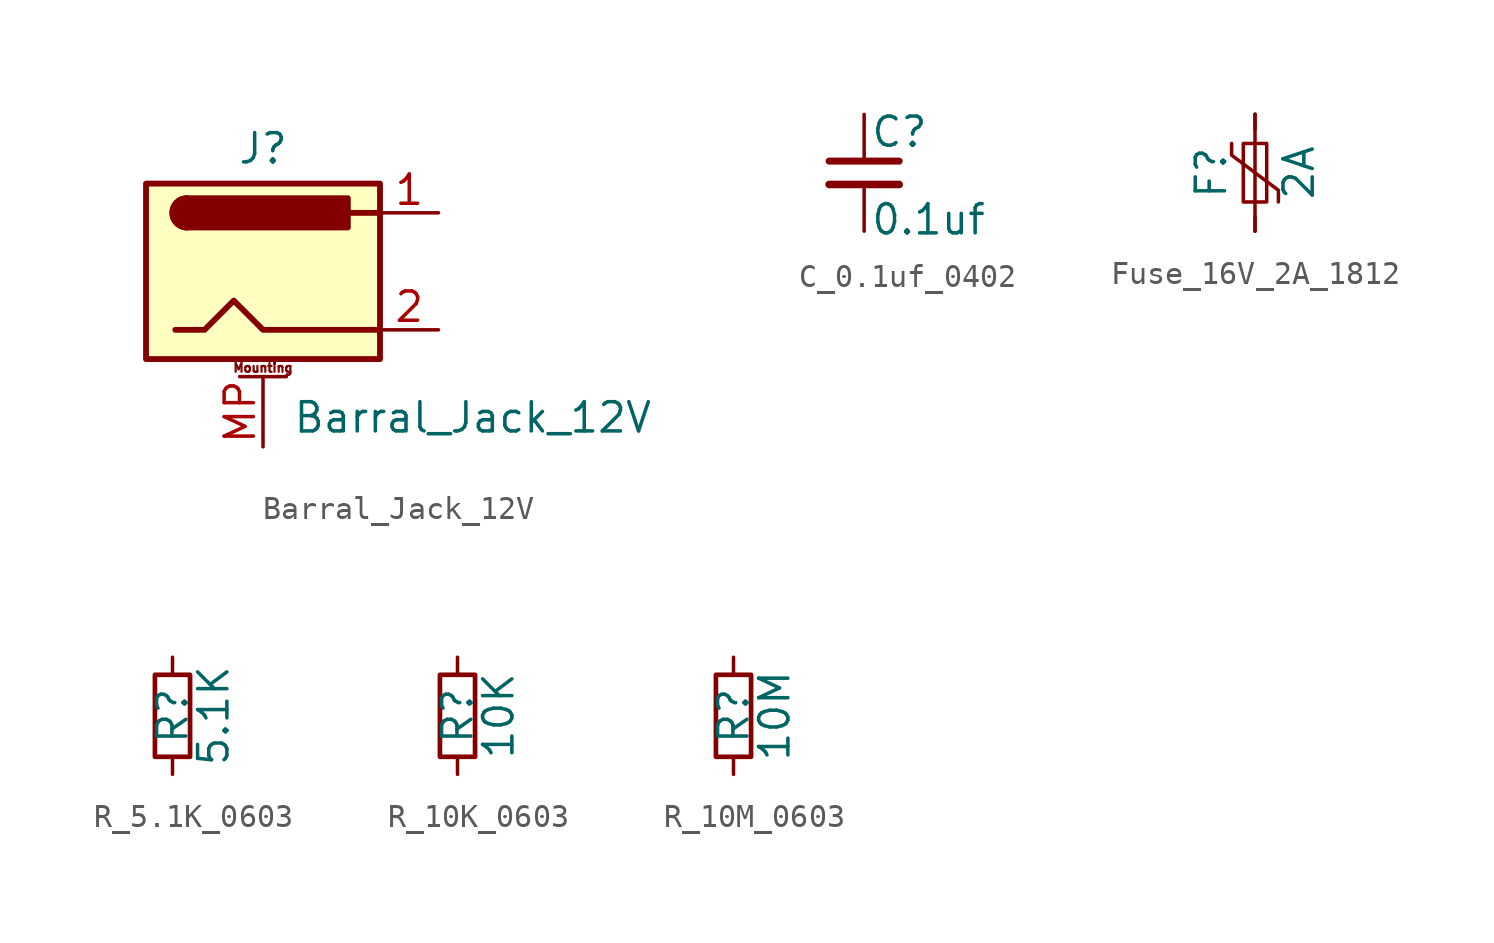
<source format=kicad_sym>
(kicad_symbol_lib
  (version 20241209)
  (generator "kicad_symbol_editor")
  (generator_version "9.0")
  (symbol "Barral_Jack_12V"
    (pin_names
      (hide yes))
    (property "Reference" "J"
      (at 0 5.334 0)
      (effects (font (size 1.27 1.27))))
    (property "Value" "Barral_Jack_12V"
      (at 1.27 -6.35 0)
      (effects (font (size 1.27 1.27)) (justify left)))
    (symbol "Barral_Jack_12V_0_1"
      (rectangle (start -5.08 3.81) (end 5.08 -3.81) (stroke (width 0.254) (type default)) (fill (type background)))
      (polyline (pts (xy -3.81 -2.54) (xy -2.54 -2.54) (xy -1.27 -1.27) (xy 0 -2.54) (xy 2.54 -2.54) (xy 5.08 -2.54)) (stroke (width 0.254) (type default)) (fill (type none)))
      (arc (start -3.302 1.905) (mid -3.9343 2.54) (end -3.302 3.175) (stroke (width 0.254) (type default)) (fill (type none)))
      (arc (start -3.302 1.905) (mid -3.9343 2.54) (end -3.302 3.175) (stroke (width 0.254) (type default)) (fill (type outline)))
      (rectangle (start 3.683 3.175) (end -3.302 1.905) (stroke (width 0.254) (type default)) (fill (type outline)))
      (polyline (pts (xy 5.08 2.54) (xy 3.81 2.54)) (stroke (width 0.254) (type default)) (fill (type none))))
    (symbol "Barral_Jack_12V_1_1"
      (polyline (pts (xy -1.016 -4.572) (xy 1.016 -4.572)) (stroke (width 0.152) (type default)) (fill (type none)))
      (text "Mounting" (at 0 -4.191 0) (effects (font (size 0.381 0.381))))
      (pin passive line (at 0 -7.62 90) (length 3.048) (name "MountPin" (effects (font (size 1.27 1.27)))) (number "MP" (effects (font (size 1.27 1.27)))))
      (pin passive line (at 7.62 2.54 180) (length 2.54) (name "~" (effects (font (size 1.27 1.27)))) (number "1" (effects (font (size 1.27 1.27)))))
      (pin passive line (at 7.62 -2.54 180) (length 2.54) (name "~" (effects (font (size 1.27 1.27)))) (number "2" (effects (font (size 1.27 1.27)))))))
  (symbol "C_0.1uf_0402"
    (pin_numbers
      (hide yes))
    (pin_names
      (offset 0.254)
      (hide yes))
    (property "Reference" "C"
      (at 0.254 1.778 0)
      (effects (font (size 1.27 1.27)) (justify left)))
    (property "Value" "0.1uf"
      (at 0.254 -2.032 0)
      (effects (font (size 1.27 1.27)) (justify left)))
    (symbol "C_0.1uf_0402_0_1"
      (polyline (pts (xy -1.524 0.508) (xy 1.524 0.508)) (stroke (width 0.305) (type default)) (fill (type none)))
      (polyline (pts (xy -1.524 -0.508) (xy 1.524 -0.508)) (stroke (width 0.33) (type default)) (fill (type none))))
    (symbol "C_0.1uf_0402_1_1"
      (pin passive line (at 0 2.54 270) (length 2.032) (name "~" (effects (font (size 1.27 1.27)))) (number "1" (effects (font (size 1.27 1.27)))))
      (pin passive line (at 0 -2.54 90) (length 2.032) (name "~" (effects (font (size 1.27 1.27)))) (number "2" (effects (font (size 1.27 1.27)))))))
  (symbol "Fuse_16V_2A_1812"
    (pin_numbers
      (hide yes))
    (pin_names
      (offset 0))
    (property "Reference" "F"
      (at -1.905 0 90)
      (effects (font (size 1.27 1.27))))
    (property "Value" "2A"
      (at 1.905 0 90)
      (effects (font (size 1.27 1.27))))
    (symbol "Fuse_16V_2A_1812_0_1"
      (polyline (pts (xy -1.016 1.27) (xy -1.016 0.762) (xy 1.016 -0.762) (xy 1.016 -1.27)) (stroke (width 0) (type default)) (fill (type none)))
      (rectangle (start -0.508 1.27) (end 0.508 -1.27) (stroke (width 0) (type default)) (fill (type none)))
      (polyline (pts (xy 0 2.54) (xy 0 -2.54)) (stroke (width 0) (type default)) (fill (type none))))
    (symbol "Fuse_16V_2A_1812_1_1"
      (pin passive line (at 0 2.54 270) (length 0.635) (name "~" (effects (font (size 1.27 1.27)))) (number "1" (effects (font (size 1.27 1.27)))))
      (pin passive line (at 0 -2.54 90) (length 0.635) (name "~" (effects (font (size 1.27 1.27)))) (number "2" (effects (font (size 1.27 1.27)))))))
  (symbol "R_5.1K_0603"
    (pin_numbers
      (hide yes))
    (pin_names
      (offset 0.254)
      (hide yes))
    (property "Reference" "R"
      (at 0 0 90)
      (effects (font (size 1.27 1.27))))
    (property "Value" "5.1K"
      (at 1.778 0 90)
      (effects (font (size 1.27 1.27))))
    (symbol "R_5.1K_0603_0_1"
      (rectangle (start -0.762 1.778) (end 0.762 -1.778) (stroke (width 0.203) (type default)) (fill (type none))))
    (symbol "R_5.1K_0603_1_1"
      (pin passive line (at 0 2.54 270) (length 0.762) (name "~" (effects (font (size 1.27 1.27)))) (number "1" (effects (font (size 1.27 1.27)))))
      (pin passive line (at 0 -2.54 90) (length 0.762) (name "~" (effects (font (size 1.27 1.27)))) (number "2" (effects (font (size 1.27 1.27)))))))
  (symbol "R_10K_0603"
    (pin_numbers
      (hide yes))
    (pin_names
      (offset 0.254)
      (hide yes))
    (property "Reference" "R"
      (at 0 0 90)
      (effects (font (size 1.27 1.27))))
    (property "Value" "10K"
      (at 1.778 0 90)
      (effects (font (size 1.27 1.27))))
    (symbol "R_10K_0603_0_1"
      (rectangle (start -0.762 1.778) (end 0.762 -1.778) (stroke (width 0.203) (type default)) (fill (type none))))
    (symbol "R_10K_0603_1_1"
      (pin passive line (at 0 2.54 270) (length 0.762) (name "~" (effects (font (size 1.27 1.27)))) (number "1" (effects (font (size 1.27 1.27)))))
      (pin passive line (at 0 -2.54 90) (length 0.762) (name "~" (effects (font (size 1.27 1.27)))) (number "2" (effects (font (size 1.27 1.27)))))))
  (symbol "R_10M_0603"
    (pin_numbers
      (hide yes))
    (pin_names
      (offset 0.254)
      (hide yes))
    (property "Reference" "R"
      (at 0 0 90)
      (effects (font (size 1.27 1.27))))
    (property "Value" "10M"
      (at 1.778 0 90)
      (effects (font (size 1.27 1.27))))
    (symbol "R_10M_0603_0_1"
      (rectangle (start -0.762 1.778) (end 0.762 -1.778) (stroke (width 0.203) (type default)) (fill (type none))))
    (symbol "R_10M_0603_1_1"
      (pin passive line (at 0 2.54 270) (length 0.762) (name "~" (effects (font (size 1.27 1.27)))) (number "1" (effects (font (size 1.27 1.27)))))
      (pin passive line (at 0 -2.54 90) (length 0.762) (name "~" (effects (font (size 1.27 1.27)))) (number "2" (effects (font (size 1.27 1.27))))))))
</source>
